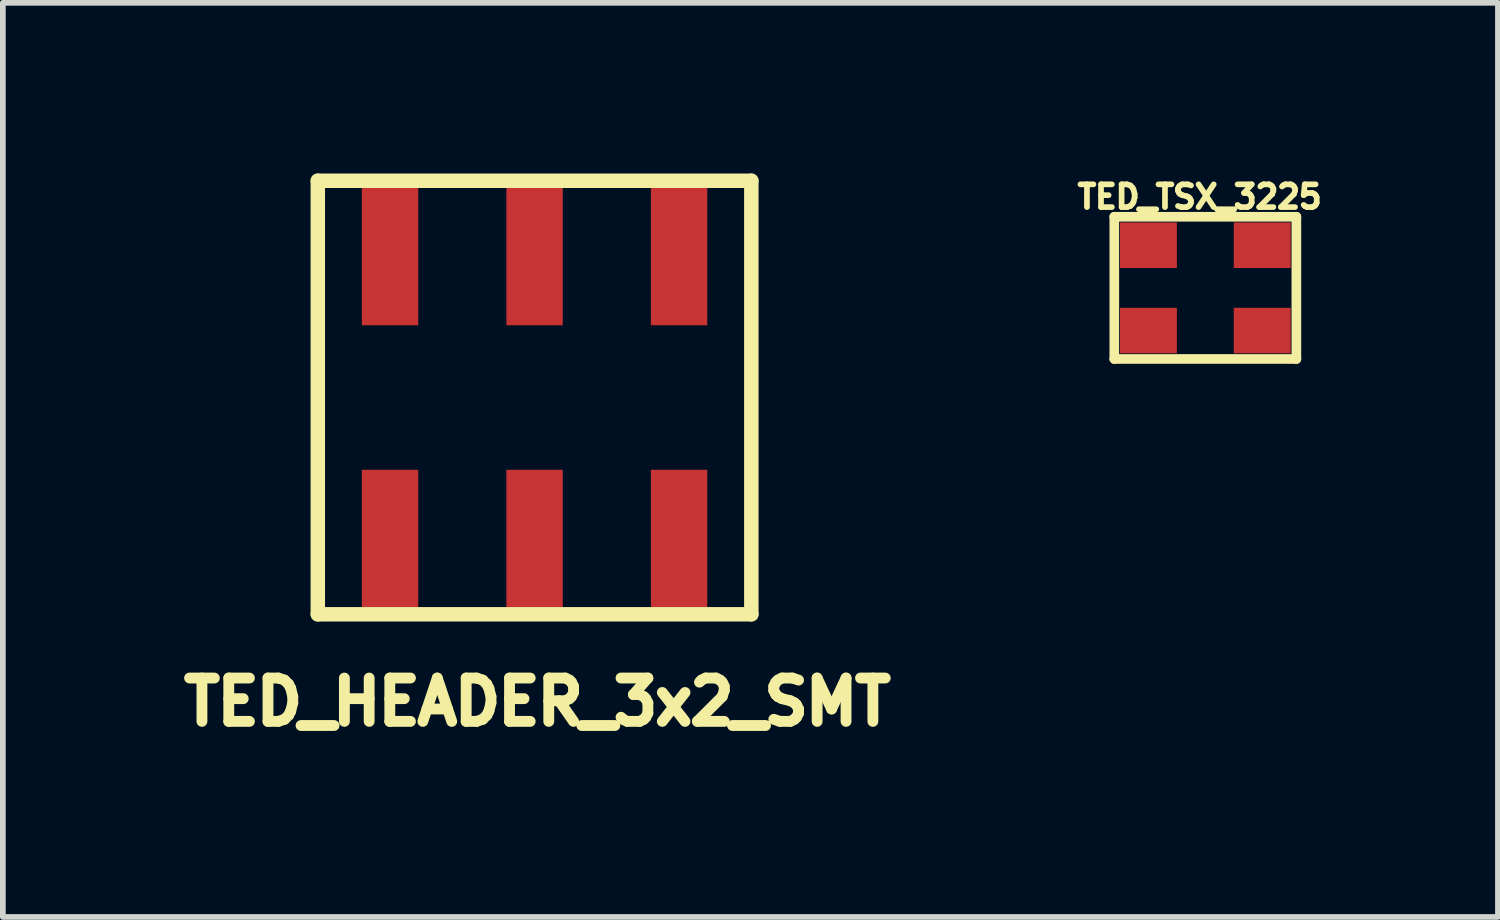
<source format=kicad_pcb>
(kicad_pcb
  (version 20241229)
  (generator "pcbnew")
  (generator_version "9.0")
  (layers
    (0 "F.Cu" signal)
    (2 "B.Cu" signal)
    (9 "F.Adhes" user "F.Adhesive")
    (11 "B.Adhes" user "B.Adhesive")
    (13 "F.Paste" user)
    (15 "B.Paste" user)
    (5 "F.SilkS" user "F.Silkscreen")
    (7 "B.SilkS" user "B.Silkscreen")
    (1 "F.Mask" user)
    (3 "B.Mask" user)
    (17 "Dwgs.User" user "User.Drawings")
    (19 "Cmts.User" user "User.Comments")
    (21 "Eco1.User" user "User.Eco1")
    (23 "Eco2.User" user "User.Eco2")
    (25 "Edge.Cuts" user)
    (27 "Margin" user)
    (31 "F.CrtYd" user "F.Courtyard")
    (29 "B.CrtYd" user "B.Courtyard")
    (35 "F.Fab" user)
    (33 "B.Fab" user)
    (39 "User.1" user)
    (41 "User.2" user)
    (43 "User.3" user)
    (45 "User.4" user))
  (footprint "TED_HEADER_3x2_SMT"
    (layer "F.Cu")
    (at 6.346 3.937)
    (property "Reference" "TED_HEADER_3x2_SMT" (at 0.05 5.35 0) (layer "F.SilkS") (effects (font (size 0.762 0.762) (thickness 0.191))))
    (attr through_hole)
    (fp_line (start -3.81 3.81) (end -3.81 -3.81) (stroke (width 0.254) (type solid)) (layer "F.SilkS"))
    (fp_line (start 3.81 -3.81) (end -3.81 -3.81) (stroke (width 0.254) (type solid)) (layer "F.SilkS"))
    (fp_line (start 3.81 -3.81) (end 3.81 3.81) (stroke (width 0.254) (type solid)) (layer "F.SilkS"))
    (fp_line (start 3.81 3.81) (end -3.81 3.81) (stroke (width 0.254) (type solid)) (layer "F.SilkS"))
    (pad "1" smd rect (at -2.54 2.54) (size 0.991 2.54) (layers "F.Cu" "F.Mask" "F.Paste"))
    (pad "2" smd rect (at 0 2.54) (size 0.991 2.54) (layers "F.Cu" "F.Mask" "F.Paste"))
    (pad "3" smd rect (at 2.54 2.54) (size 0.991 2.54) (layers "F.Cu" "F.Mask" "F.Paste"))
    (pad "4" smd rect (at 2.54 -2.54) (size 0.991 2.54) (layers "F.Cu" "F.Mask" "F.Paste"))
    (pad "5" smd rect (at 0 -2.54) (size 0.991 2.54) (layers "F.Cu" "F.Mask" "F.Paste"))
    (pad "6" smd rect (at -2.54 -2.54) (size 0.991 2.54) (layers "F.Cu" "F.Mask" "F.Paste")))
  (footprint "TED_TSX_3225"
    (layer "F.Cu")
    (at 18.136 2.01)
    (property "Reference" "TED_TSX_3225" (at -0.1 -1.6 0) (layer "F.SilkS") (effects (font (size 0.4 0.4) (thickness 0.1))))
    (attr through_hole)
    (fp_line (start -1.6 -1.25) (end 1.6 -1.25) (stroke (width 0.17) (type solid)) (layer "F.SilkS"))
    (fp_line (start -1.6 1.25) (end -1.6 -1.25) (stroke (width 0.17) (type solid)) (layer "F.SilkS"))
    (fp_line (start 1.6 -1.25) (end 1.6 1.25) (stroke (width 0.17) (type solid)) (layer "F.SilkS"))
    (fp_line (start 1.6 1.25) (end -1.6 1.25) (stroke (width 0.17) (type solid)) (layer "F.SilkS"))
    (pad "1" smd rect (at -1 0.75) (size 1 0.8) (layers "F.Cu" "F.Mask" "F.Paste"))
    (pad "2" smd rect (at 1 0.75) (size 1 0.8) (layers "F.Cu" "F.Mask" "F.Paste"))
    (pad "3" smd rect (at 1 -0.75) (size 1 0.8) (layers "F.Cu" "F.Mask" "F.Paste"))
    (pad "4" smd rect (at -1 -0.75) (size 1 0.8) (layers "F.Cu" "F.Mask" "F.Paste")))
  (gr_rect
    (start -3 -3)
    (end 23.279 13.067)
    (stroke (width 0.1) (type default))
    (fill no)
    (layer "Edge.Cuts")))
</source>
